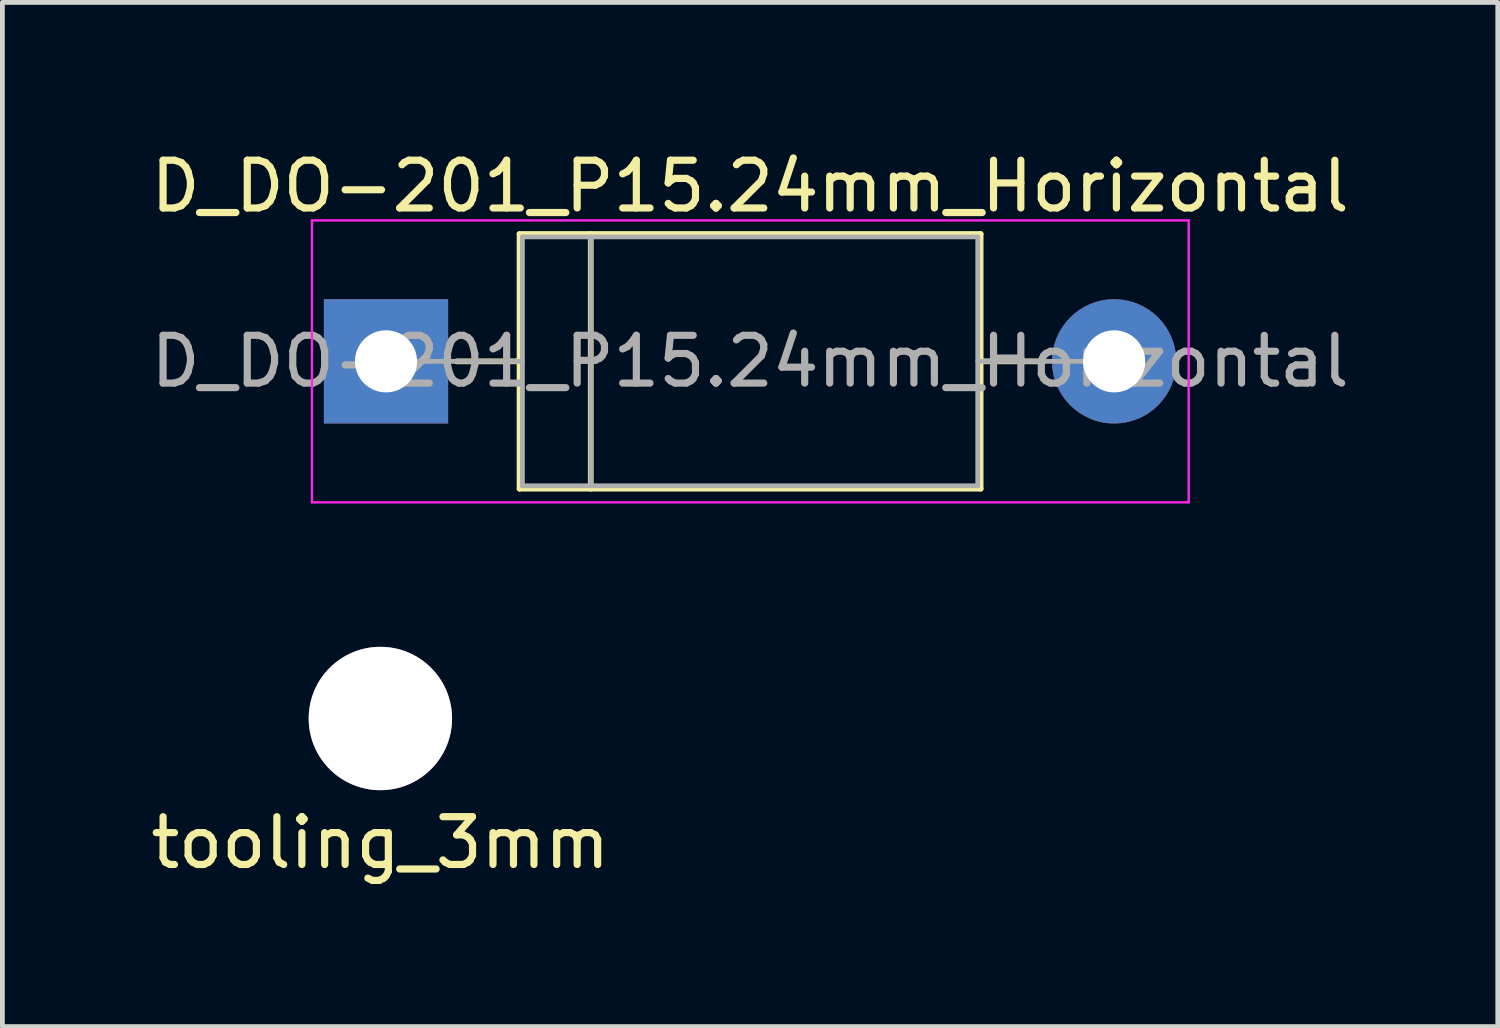
<source format=kicad_pcb>
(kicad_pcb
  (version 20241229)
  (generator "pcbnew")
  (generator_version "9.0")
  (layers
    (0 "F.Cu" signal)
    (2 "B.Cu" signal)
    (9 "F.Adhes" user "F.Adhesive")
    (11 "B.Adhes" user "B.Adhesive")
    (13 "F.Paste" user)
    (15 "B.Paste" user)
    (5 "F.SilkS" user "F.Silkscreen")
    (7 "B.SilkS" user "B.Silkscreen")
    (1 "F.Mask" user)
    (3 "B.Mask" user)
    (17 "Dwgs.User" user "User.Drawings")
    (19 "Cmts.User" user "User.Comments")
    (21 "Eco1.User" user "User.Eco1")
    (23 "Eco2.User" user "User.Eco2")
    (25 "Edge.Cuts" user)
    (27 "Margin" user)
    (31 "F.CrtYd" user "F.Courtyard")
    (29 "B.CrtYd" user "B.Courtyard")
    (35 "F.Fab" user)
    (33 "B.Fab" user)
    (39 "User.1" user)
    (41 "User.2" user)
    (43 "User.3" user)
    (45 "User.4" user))
  (footprint "D_DO-201_P15.24mm_Horizontal"
    (layer "F.Cu")
    (at 5.029 4.513)
    (property "Reference" "D_DO-201_P15.24mm_Horizontal" (at 7.62 -3.665 0) (layer "F.SilkS") (effects (font (size 1 1) (thickness 0.15))))
    (attr through_hole)
    (fp_line (start 1.48 0) (end 2.795 0) (stroke (width 0.12) (type solid)) (layer "F.SilkS"))
    (fp_line (start 2.795 -2.665) (end 2.795 2.665) (stroke (width 0.12) (type solid)) (layer "F.SilkS"))
    (fp_line (start 2.795 2.665) (end 12.445 2.665) (stroke (width 0.12) (type solid)) (layer "F.SilkS"))
    (fp_line (start 4.285 -2.665) (end 4.285 2.665) (stroke (width 0.12) (type solid)) (layer "F.SilkS"))
    (fp_line (start 12.445 -2.665) (end 2.795 -2.665) (stroke (width 0.12) (type solid)) (layer "F.SilkS"))
    (fp_line (start 12.445 2.665) (end 12.445 -2.665) (stroke (width 0.12) (type solid)) (layer "F.SilkS"))
    (fp_line (start 13.76 0) (end 12.445 0) (stroke (width 0.12) (type solid)) (layer "F.SilkS"))
    (fp_line (start -1.55 -2.95) (end -1.55 2.95) (stroke (width 0.05) (type solid)) (layer "F.CrtYd"))
    (fp_line (start -1.55 2.95) (end 16.8 2.95) (stroke (width 0.05) (type solid)) (layer "F.CrtYd"))
    (fp_line (start 16.8 -2.95) (end -1.55 -2.95) (stroke (width 0.05) (type solid)) (layer "F.CrtYd"))
    (fp_line (start 16.8 2.95) (end 16.8 -2.95) (stroke (width 0.05) (type solid)) (layer "F.CrtYd"))
    (fp_line (start 0 0) (end 2.855 0) (stroke (width 0.1) (type solid)) (layer "F.Fab"))
    (fp_line (start 2.855 -2.605) (end 2.855 2.605) (stroke (width 0.1) (type solid)) (layer "F.Fab"))
    (fp_line (start 2.855 2.605) (end 12.385 2.605) (stroke (width 0.1) (type solid)) (layer "F.Fab"))
    (fp_line (start 4.285 -2.605) (end 4.285 2.605) (stroke (width 0.1) (type solid)) (layer "F.Fab"))
    (fp_line (start 12.385 -2.605) (end 2.855 -2.605) (stroke (width 0.1) (type solid)) (layer "F.Fab"))
    (fp_line (start 12.385 2.605) (end 12.385 -2.605) (stroke (width 0.1) (type solid)) (layer "F.Fab"))
    (fp_line (start 15.24 0) (end 12.385 0) (stroke (width 0.1) (type solid)) (layer "F.Fab"))
    (fp_text user "${REFERENCE}" (at 7.62 0 0) (layer "F.Fab") (effects (font (size 1 1) (thickness 0.15))))
    (pad "1" thru_hole rect (at 0 0) (size 2.6 2.6) (drill 1.3) (layers "*.Cu" "*.Mask"))
    (pad "2" thru_hole oval (at 15.24 0) (size 2.6 2.6) (drill 1.3) (layers "*.Cu" "*.Mask")))
  (footprint "tooling_3mm"
    (layer "F.Cu")
    (at 4.911 11.988)
    (property "Reference" "tooling_3mm" (at 0 2.6 0) (layer "F.SilkS") (effects (font (size 1 1) (thickness 0.15))))
    (attr through_hole)
    (pad "1" thru_hole circle (at 0 0) (size 3 3) (drill 3) (layers "*.Cu" "*.Mask")))
  (gr_rect
    (start -3 -3)
    (end 28.298 18.436)
    (stroke (width 0.1) (type default))
    (fill no)
    (layer "Edge.Cuts")))
</source>
